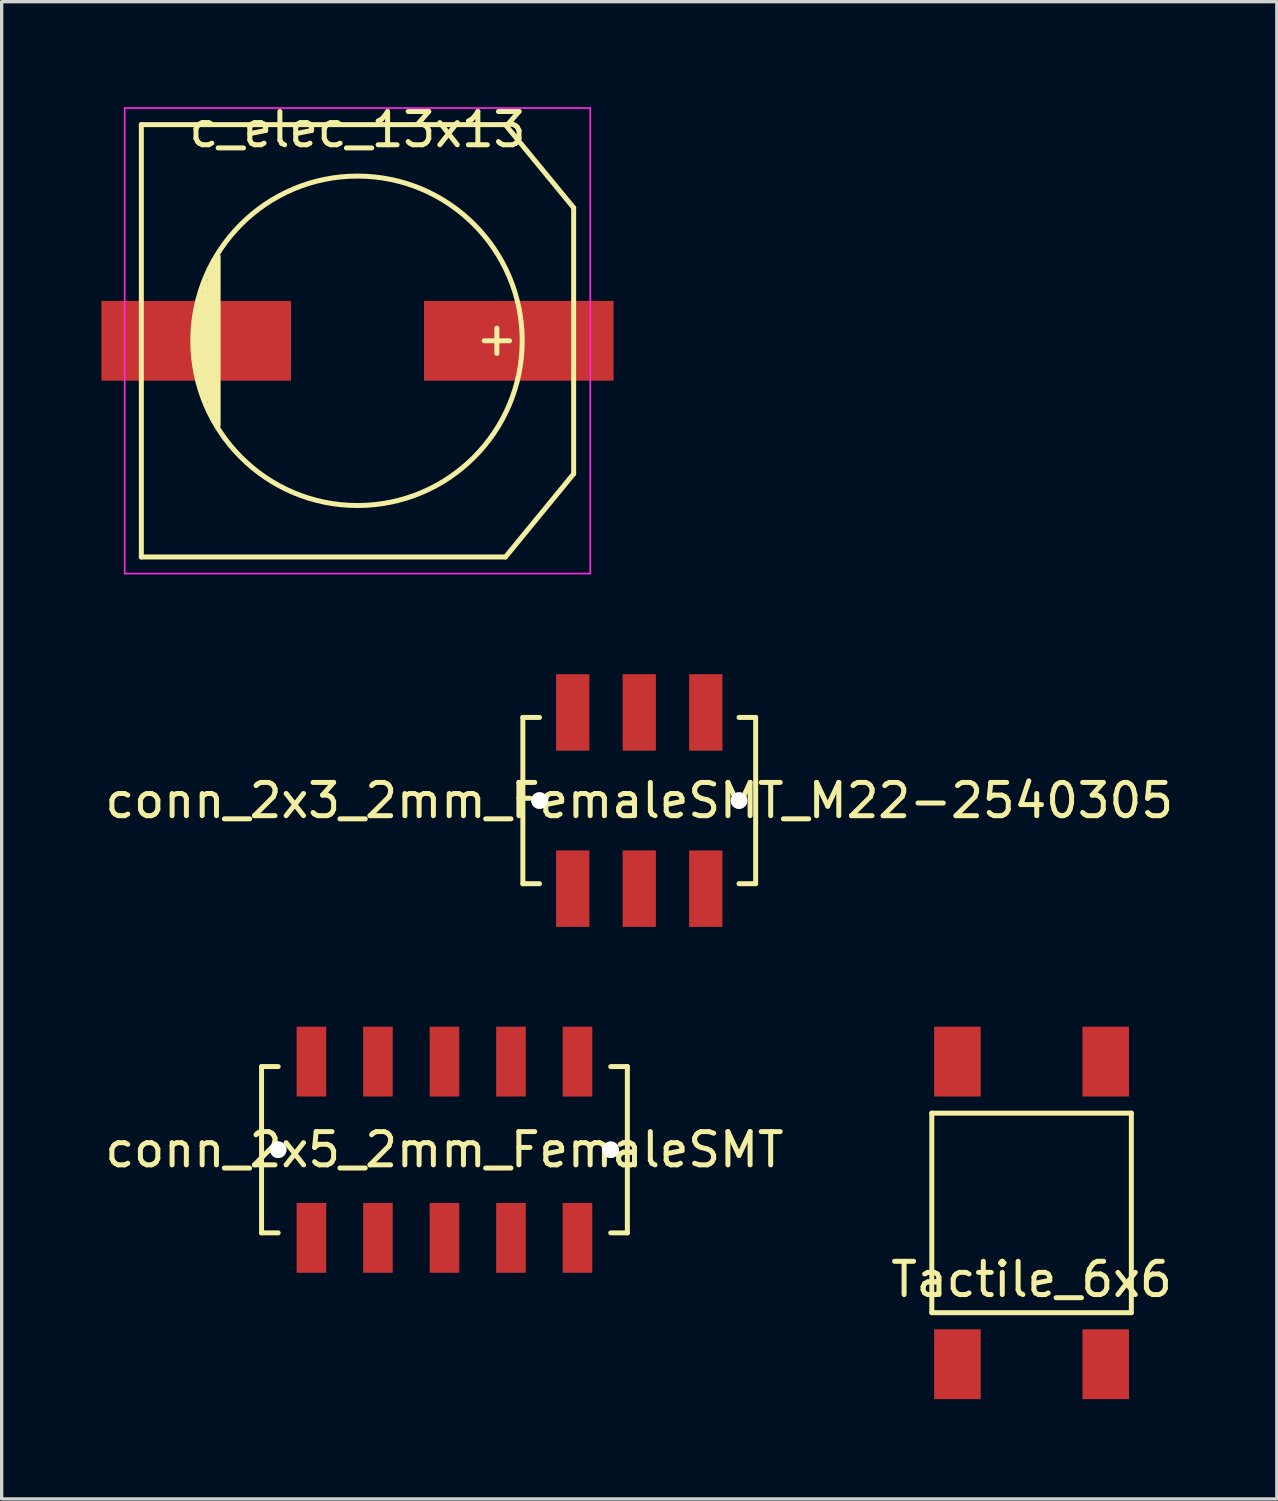
<source format=kicad_pcb>
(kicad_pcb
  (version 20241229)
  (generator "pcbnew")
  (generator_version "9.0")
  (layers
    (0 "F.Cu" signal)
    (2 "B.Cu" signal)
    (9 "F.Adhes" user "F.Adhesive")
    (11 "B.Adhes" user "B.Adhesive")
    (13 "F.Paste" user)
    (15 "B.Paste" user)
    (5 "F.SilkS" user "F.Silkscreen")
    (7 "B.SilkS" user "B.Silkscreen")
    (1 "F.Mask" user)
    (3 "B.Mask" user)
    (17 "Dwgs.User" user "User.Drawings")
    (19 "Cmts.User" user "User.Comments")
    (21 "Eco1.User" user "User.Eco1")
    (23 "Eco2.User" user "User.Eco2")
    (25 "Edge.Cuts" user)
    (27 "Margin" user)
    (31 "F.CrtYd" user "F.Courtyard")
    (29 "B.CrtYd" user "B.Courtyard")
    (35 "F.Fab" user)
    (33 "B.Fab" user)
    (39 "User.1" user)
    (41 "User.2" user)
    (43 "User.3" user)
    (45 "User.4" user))
  (footprint "conn_2x3_2mm_FemaleSMT_M22-2540305"
    (layer "F.Cu")
    (at 16.173 21.023)
    (property "Reference" "conn_2x3_2mm_FemaleSMT_M22-2540305" (at 0 0 0) (layer "F.SilkS") (effects (font (size 1 1) (thickness 0.15))))
    (attr through_hole)
    (fp_line (start -3.5 -2.5) (end -3.5 2.5) (stroke (width 0.15) (type solid)) (layer "F.SilkS"))
    (fp_line (start -3.5 -2.5) (end -3 -2.5) (stroke (width 0.15) (type solid)) (layer "F.SilkS"))
    (fp_line (start -3.5 2.5) (end -3 2.5) (stroke (width 0.15) (type solid)) (layer "F.SilkS"))
    (fp_line (start 3.5 -2.5) (end 3 -2.5) (stroke (width 0.15) (type solid)) (layer "F.SilkS"))
    (fp_line (start 3.5 2.5) (end 3 2.5) (stroke (width 0.15) (type solid)) (layer "F.SilkS"))
    (fp_line (start 3.5 2.5) (end 3.5 -2.5) (stroke (width 0.15) (type solid)) (layer "F.SilkS"))
    (pad "1" smd rect (at -2 2.65 180) (size 1 2.3) (layers "F.Cu" "F.Mask" "F.Paste"))
    (pad "2" smd rect (at -2 -2.65) (size 1 2.3) (layers "F.Cu" "F.Mask" "F.Paste"))
    (pad "3" smd rect (at 0 2.65) (size 1 2.3) (layers "F.Cu" "F.Mask" "F.Paste"))
    (pad "4" smd rect (at 0 -2.65) (size 1 2.3) (layers "F.Cu" "F.Mask" "F.Paste"))
    (pad "5" smd rect (at 2 2.65) (size 1 2.3) (layers "F.Cu" "F.Mask" "F.Paste"))
    (pad "6" smd rect (at 2 -2.65) (size 1 2.3) (layers "F.Cu" "F.Mask" "F.Paste"))
    (pad "7" thru_hole circle (at 3 0) (size 0.5 0.5) (drill 0.5) (layers "*.Cu" "*.Mask"))
    (pad "8" thru_hole circle (at -3 0) (size 0.5 0.5) (drill 0.5) (layers "*.Cu" "*.Mask")))
  (footprint "Tactile_6x6"
    (layer "F.Cu")
    (at 27.97 33.423)
    (property "Reference" "Tactile_6x6" (at 0 2 0) (layer "F.SilkS") (effects (font (size 1 1) (thickness 0.15))))
    (attr through_hole)
    (fp_line (start -3 -3) (end 3 -3) (stroke (width 0.15) (type solid)) (layer "F.SilkS"))
    (fp_line (start -3 3) (end -3 -3) (stroke (width 0.15) (type solid)) (layer "F.SilkS"))
    (fp_line (start 3 3) (end -3 3) (stroke (width 0.15) (type solid)) (layer "F.SilkS"))
    (fp_line (start 3 3) (end 3 -3) (stroke (width 0.15) (type solid)) (layer "F.SilkS"))
    (pad "1" smd rect (at 2.23 -4.55) (size 1.4 2.1) (layers "F.Cu" "F.Mask" "F.Paste"))
    (pad "1" smd rect (at 2.23 4.55) (size 1.4 2.1) (layers "F.Cu" "F.Mask" "F.Paste"))
    (pad "2" smd rect (at -2.23 -4.55) (size 1.4 2.1) (layers "F.Cu" "F.Mask" "F.Paste"))
    (pad "2" smd rect (at -2.23 4.55) (size 1.4 2.1) (layers "F.Cu" "F.Mask" "F.Paste")))
  (footprint "c_elec_13x13"
    (layer "F.Cu")
    (at 7.7 7.198)
    (property "Reference" "c_elec_13x13" (at 0 -6.35 0) (layer "F.SilkS") (effects (font (size 1 1) (thickness 0.15))))
    (attr smd)
    (fp_line (start -6.5 -6.5) (end -6.5 6.5) (stroke (width 0.15) (type solid)) (layer "F.SilkS"))
    (fp_line (start -6.5 6.5) (end 4.45 6.5) (stroke (width 0.15) (type solid)) (layer "F.SilkS"))
    (fp_line (start -4.826 1.016) (end -4.826 -1.016) (stroke (width 0.15) (type solid)) (layer "F.SilkS"))
    (fp_line (start -4.699 -1.397) (end -4.699 1.524) (stroke (width 0.15) (type solid)) (layer "F.SilkS"))
    (fp_line (start -4.572 1.778) (end -4.572 -1.778) (stroke (width 0.15) (type solid)) (layer "F.SilkS"))
    (fp_line (start -4.445 -2.159) (end -4.445 2.159) (stroke (width 0.15) (type solid)) (layer "F.SilkS"))
    (fp_line (start -4.318 2.413) (end -4.318 -2.413) (stroke (width 0.15) (type solid)) (layer "F.SilkS"))
    (fp_line (start -4.191 -2.54) (end -4.191 2.54) (stroke (width 0.15) (type solid)) (layer "F.SilkS"))
    (fp_line (start 4.191 -0.381) (end 4.191 0.381) (stroke (width 0.15) (type solid)) (layer "F.SilkS"))
    (fp_line (start 4.445 -6.5) (end -6.5 -6.5) (stroke (width 0.15) (type solid)) (layer "F.SilkS"))
    (fp_line (start 4.45 6.5) (end 6.5 4) (stroke (width 0.15) (type solid)) (layer "F.SilkS"))
    (fp_line (start 4.572 0) (end 3.81 0) (stroke (width 0.15) (type solid)) (layer "F.SilkS"))
    (fp_line (start 6.5 -4) (end 4.445 -6.5) (stroke (width 0.15) (type solid)) (layer "F.SilkS"))
    (fp_line (start 6.5 4) (end 6.5 -4) (stroke (width 0.15) (type solid)) (layer "F.SilkS"))
    (fp_circle (center 0 0) (end 4.953 0) (stroke (width 0.15) (type solid)) (fill no) (layer "F.SilkS"))
    (fp_line (start -7 -7) (end 7 -7) (stroke (width 0.05) (type solid)) (layer "F.CrtYd"))
    (fp_line (start -7 7) (end -7 -7) (stroke (width 0.05) (type solid)) (layer "F.CrtYd"))
    (fp_line (start 7 -7) (end 7 7) (stroke (width 0.05) (type solid)) (layer "F.CrtYd"))
    (fp_line (start 7 7) (end -7 7) (stroke (width 0.05) (type solid)) (layer "F.CrtYd"))
    (pad "1" smd rect (at 4.85 0) (size 5.7 2.4) (layers "F.Cu" "F.Mask" "F.Paste"))
    (pad "2" smd rect (at -4.85 0) (size 5.7 2.4) (layers "F.Cu" "F.Mask" "F.Paste")))
  (footprint "conn_2x5_2mm_FemaleSMT"
    (layer "F.Cu")
    (at 10.315 31.523)
    (property "Reference" "conn_2x5_2mm_FemaleSMT" (at 0 0 0) (layer "F.SilkS") (effects (font (size 1 1) (thickness 0.15))))
    (attr through_hole)
    (fp_line (start -5.5 -2.5) (end -5.5 2.5) (stroke (width 0.15) (type solid)) (layer "F.SilkS"))
    (fp_line (start -5.5 -2.5) (end -5 -2.5) (stroke (width 0.15) (type solid)) (layer "F.SilkS"))
    (fp_line (start -5 2.5) (end -5.5 2.5) (stroke (width 0.15) (type solid)) (layer "F.SilkS"))
    (fp_line (start 5.5 -2.5) (end 5 -2.5) (stroke (width 0.15) (type solid)) (layer "F.SilkS"))
    (fp_line (start 5.5 2.5) (end 5 2.5) (stroke (width 0.15) (type solid)) (layer "F.SilkS"))
    (fp_line (start 5.5 2.5) (end 5.5 -2.5) (stroke (width 0.15) (type solid)) (layer "F.SilkS"))
    (pad "" thru_hole circle (at -5 0) (size 0.5 0.5) (drill 0.5) (layers "*.Cu" "*.Mask"))
    (pad "" thru_hole circle (at 5 0) (size 0.5 0.5) (drill 0.5) (layers "*.Cu" "*.Mask"))
    (pad "1" smd rect (at -4 2.65) (size 0.89 2.1) (layers "F.Cu" "F.Mask" "F.Paste"))
    (pad "2" smd rect (at -4 -2.65) (size 0.89 2.1) (layers "F.Cu" "F.Mask" "F.Paste"))
    (pad "3" smd rect (at -2 2.65) (size 0.89 2.1) (layers "F.Cu" "F.Mask" "F.Paste"))
    (pad "4" smd rect (at -2 -2.65) (size 0.89 2.1) (layers "F.Cu" "F.Mask" "F.Paste"))
    (pad "5" smd rect (at 0 2.65) (size 0.89 2.1) (layers "F.Cu" "F.Mask" "F.Paste"))
    (pad "6" smd rect (at 0 -2.65) (size 0.89 2.1) (layers "F.Cu" "F.Mask" "F.Paste"))
    (pad "7" smd rect (at 2 2.65) (size 0.89 2.1) (layers "F.Cu" "F.Mask" "F.Paste"))
    (pad "8" smd rect (at 2 -2.65) (size 0.89 2.1) (layers "F.Cu" "F.Mask" "F.Paste"))
    (pad "9" smd rect (at 4 2.65) (size 0.89 2.1) (layers "F.Cu" "F.Mask" "F.Paste"))
    (pad "10" smd rect (at 4 -2.65) (size 0.89 2.1) (layers "F.Cu" "F.Mask" "F.Paste")))
  (gr_rect
    (start -3 -3)
    (end 35.345 42.023)
    (stroke (width 0.1) (type default))
    (fill no)
    (layer "Edge.Cuts")))
</source>
